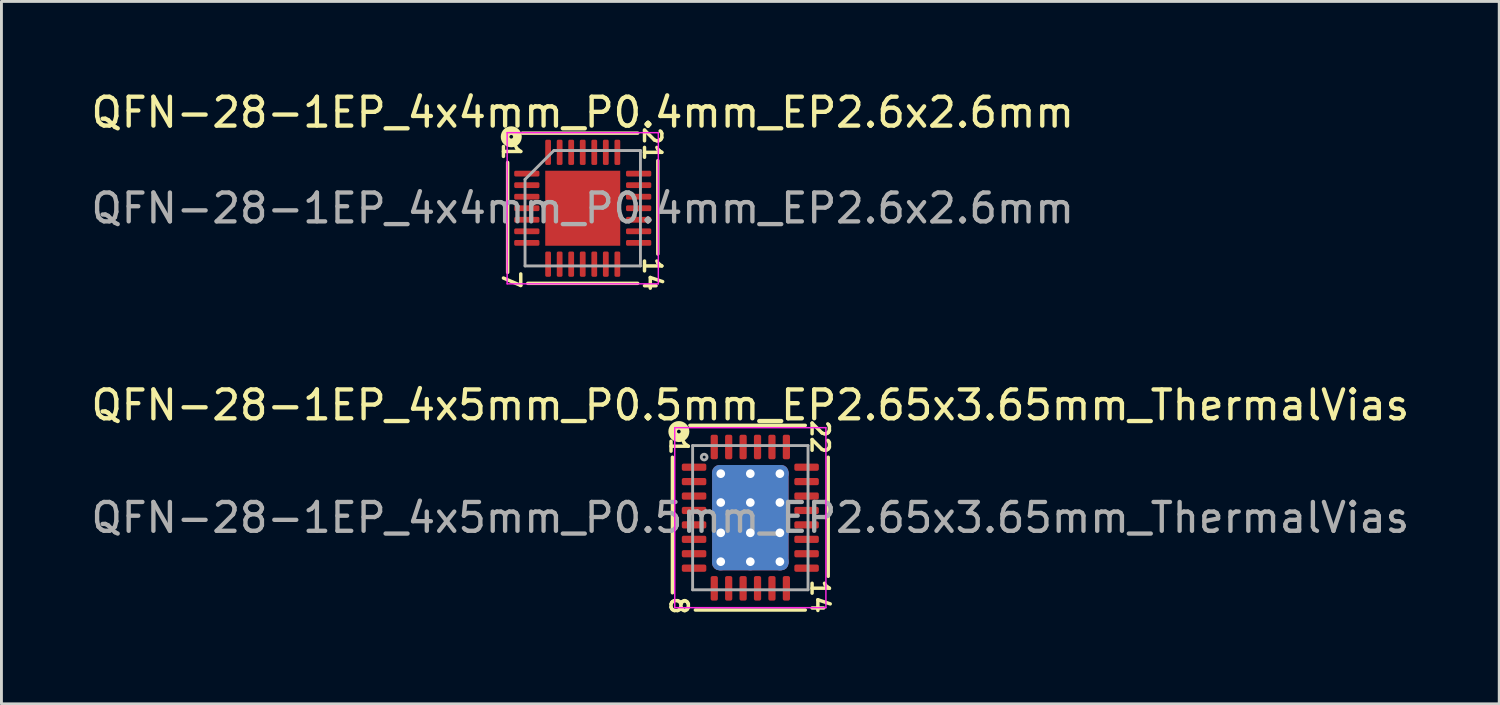
<source format=kicad_pcb>
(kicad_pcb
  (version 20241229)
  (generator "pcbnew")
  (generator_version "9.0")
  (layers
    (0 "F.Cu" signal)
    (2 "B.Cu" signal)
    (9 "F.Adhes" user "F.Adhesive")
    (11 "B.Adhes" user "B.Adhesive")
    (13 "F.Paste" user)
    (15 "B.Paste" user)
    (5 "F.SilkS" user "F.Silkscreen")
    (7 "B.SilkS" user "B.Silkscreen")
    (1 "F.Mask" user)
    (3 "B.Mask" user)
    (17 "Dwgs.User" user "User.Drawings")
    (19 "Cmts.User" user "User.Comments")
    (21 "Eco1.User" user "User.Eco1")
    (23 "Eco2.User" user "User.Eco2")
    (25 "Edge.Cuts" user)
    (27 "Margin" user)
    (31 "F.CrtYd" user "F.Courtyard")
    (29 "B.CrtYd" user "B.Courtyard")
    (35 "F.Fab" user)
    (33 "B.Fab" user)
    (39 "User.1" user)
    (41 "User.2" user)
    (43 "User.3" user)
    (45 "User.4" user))
  (footprint "QFN-28-1EP_4x5mm_P0.5mm_EP2.65x3.65mm_ThermalVias"
    (layer "F.Cu")
    (at 22.958 14.894)
    (property "Reference" "QFN-28-1EP_4x5mm_P0.5mm_EP2.65x3.65mm_ThermalVias" (at 0 -3.9 0) (layer "F.SilkS") (effects (font (size 1 1) (thickness 0.15))))
    (attr smd)
    (fp_line (start -2.7 -2.095) (end -2.7 2.603) (stroke (width 0.12) (type solid)) (layer "F.SilkS"))
    (fp_line (start -1.905 3.2) (end 1.905 3.2) (stroke (width 0.12) (type solid)) (layer "F.SilkS"))
    (fp_line (start 1.905 -3.2) (end -2.095 -3.2) (stroke (width 0.12) (type solid)) (layer "F.SilkS"))
    (fp_line (start 2.7 2.032) (end 2.7 -2.095) (stroke (width 0.12) (type solid)) (layer "F.SilkS"))
    (fp_circle (center -2.477 -2.985) (end -2.413 -2.985) (stroke (width 0.3) (type solid)) (fill no) (layer "F.SilkS"))
    (fp_line (start -2.62 -3.12) (end -2.62 3.12) (stroke (width 0.05) (type solid)) (layer "F.CrtYd"))
    (fp_line (start -2.62 3.12) (end 2.62 3.12) (stroke (width 0.05) (type solid)) (layer "F.CrtYd"))
    (fp_line (start 2.62 -3.12) (end -2.62 -3.12) (stroke (width 0.05) (type solid)) (layer "F.CrtYd"))
    (fp_line (start 2.62 3.12) (end 2.62 -3.12) (stroke (width 0.05) (type solid)) (layer "F.CrtYd"))
    (fp_line (start -2 -2.5) (end 2 -2.5) (stroke (width 0.1) (type solid)) (layer "F.Fab"))
    (fp_line (start -2 2.5) (end -2 -2.5) (stroke (width 0.1) (type solid)) (layer "F.Fab"))
    (fp_line (start 2 -2.5) (end 2 2.5) (stroke (width 0.1) (type solid)) (layer "F.Fab"))
    (fp_line (start 2 2.5) (end -2 2.5) (stroke (width 0.1) (type solid)) (layer "F.Fab"))
    (fp_circle (center -1.6 -2.1) (end -1.5 -2.1) (stroke (width 0.1) (type solid)) (fill no) (layer "F.Fab"))
    (fp_text user "1" (at -2.477 -2.477 270) (unlocked yes) (layer "F.SilkS") (effects (font (size 0.6 0.6) (thickness 0.12))))
    (fp_text user "8" (at -2.477 3.048 270) (unlocked yes) (layer "F.SilkS") (effects (font (size 0.6 0.6) (thickness 0.12))))
    (fp_text user "22" (at 2.413 -2.794 270) (unlocked yes) (layer "F.SilkS") (effects (font (size 0.6 0.6) (thickness 0.12))))
    (fp_text user "14" (at 2.413 2.731 270) (unlocked yes) (layer "F.SilkS") (effects (font (size 0.6 0.6) (thickness 0.12))))
    (fp_text user "${REFERENCE}" (at 0 0 0) (layer "F.Fab") (effects (font (size 1 1) (thickness 0.15))))
    (pad "" smd roundrect (at -0.66 -1.22) (size 1.07 0.98) (layers "F.Paste") (roundrect_rratio 0.25))
    (pad "" smd roundrect (at -0.66 0) (size 1.07 0.98) (layers "F.Paste") (roundrect_rratio 0.25))
    (pad "" smd roundrect (at -0.66 1.22) (size 1.07 0.98) (layers "F.Paste") (roundrect_rratio 0.25))
    (pad "" smd roundrect (at 0.66 -1.22) (size 1.07 0.98) (layers "F.Paste") (roundrect_rratio 0.25))
    (pad "" smd roundrect (at 0.66 0) (size 1.07 0.98) (layers "F.Paste") (roundrect_rratio 0.25))
    (pad "" smd roundrect (at 0.66 1.22) (size 1.07 0.98) (layers "F.Paste") (roundrect_rratio 0.25))
    (pad "1" smd roundrect (at -1.95 -1.75) (size 0.85 0.25) (layers "F.Cu" "F.Mask" "F.Paste") (roundrect_rratio 0.25))
    (pad "2" smd roundrect (at -1.95 -1.25) (size 0.85 0.25) (layers "F.Cu" "F.Mask" "F.Paste") (roundrect_rratio 0.25))
    (pad "3" smd roundrect (at -1.95 -0.75) (size 0.85 0.25) (layers "F.Cu" "F.Mask" "F.Paste") (roundrect_rratio 0.25))
    (pad "4" smd roundrect (at -1.95 -0.25) (size 0.85 0.25) (layers "F.Cu" "F.Mask" "F.Paste") (roundrect_rratio 0.25))
    (pad "5" smd roundrect (at -1.95 0.25) (size 0.85 0.25) (layers "F.Cu" "F.Mask" "F.Paste") (roundrect_rratio 0.25))
    (pad "6" smd roundrect (at -1.95 0.75) (size 0.85 0.25) (layers "F.Cu" "F.Mask" "F.Paste") (roundrect_rratio 0.25))
    (pad "7" smd roundrect (at -1.95 1.25) (size 0.85 0.25) (layers "F.Cu" "F.Mask" "F.Paste") (roundrect_rratio 0.25))
    (pad "8" smd roundrect (at -1.95 1.75) (size 0.85 0.25) (layers "F.Cu" "F.Mask" "F.Paste") (roundrect_rratio 0.25))
    (pad "9" smd roundrect (at -1.25 2.45) (size 0.25 0.85) (layers "F.Cu" "F.Mask" "F.Paste") (roundrect_rratio 0.25))
    (pad "10" smd roundrect (at -0.75 2.45) (size 0.25 0.85) (layers "F.Cu" "F.Mask" "F.Paste") (roundrect_rratio 0.25))
    (pad "11" smd roundrect (at -0.25 2.45) (size 0.25 0.85) (layers "F.Cu" "F.Mask" "F.Paste") (roundrect_rratio 0.25))
    (pad "12" smd roundrect (at 0.25 2.45) (size 0.25 0.85) (layers "F.Cu" "F.Mask" "F.Paste") (roundrect_rratio 0.25))
    (pad "13" smd roundrect (at 0.75 2.45) (size 0.25 0.85) (layers "F.Cu" "F.Mask" "F.Paste") (roundrect_rratio 0.25))
    (pad "14" smd roundrect (at 1.25 2.45) (size 0.25 0.85) (layers "F.Cu" "F.Mask" "F.Paste") (roundrect_rratio 0.25))
    (pad "15" smd roundrect (at 1.95 1.75) (size 0.85 0.25) (layers "F.Cu" "F.Mask" "F.Paste") (roundrect_rratio 0.25))
    (pad "16" smd roundrect (at 1.95 1.25) (size 0.85 0.25) (layers "F.Cu" "F.Mask" "F.Paste") (roundrect_rratio 0.25))
    (pad "17" smd roundrect (at 1.95 0.75) (size 0.85 0.25) (layers "F.Cu" "F.Mask" "F.Paste") (roundrect_rratio 0.25))
    (pad "18" smd roundrect (at 1.95 0.25) (size 0.85 0.25) (layers "F.Cu" "F.Mask" "F.Paste") (roundrect_rratio 0.25))
    (pad "19" smd roundrect (at 1.95 -0.25) (size 0.85 0.25) (layers "F.Cu" "F.Mask" "F.Paste") (roundrect_rratio 0.25))
    (pad "20" smd roundrect (at 1.95 -0.75) (size 0.85 0.25) (layers "F.Cu" "F.Mask" "F.Paste") (roundrect_rratio 0.25))
    (pad "21" smd roundrect (at 1.95 -1.25) (size 0.85 0.25) (layers "F.Cu" "F.Mask" "F.Paste") (roundrect_rratio 0.25))
    (pad "22" smd roundrect (at 1.95 -1.75) (size 0.85 0.25) (layers "F.Cu" "F.Mask" "F.Paste") (roundrect_rratio 0.25))
    (pad "23" smd roundrect (at 1.25 -2.45) (size 0.25 0.85) (layers "F.Cu" "F.Mask" "F.Paste") (roundrect_rratio 0.25))
    (pad "24" smd roundrect (at 0.75 -2.45) (size 0.25 0.85) (layers "F.Cu" "F.Mask" "F.Paste") (roundrect_rratio 0.25))
    (pad "25" smd roundrect (at 0.25 -2.45) (size 0.25 0.85) (layers "F.Cu" "F.Mask" "F.Paste") (roundrect_rratio 0.25))
    (pad "26" smd roundrect (at -0.25 -2.45) (size 0.25 0.85) (layers "F.Cu" "F.Mask" "F.Paste") (roundrect_rratio 0.25))
    (pad "27" smd roundrect (at -0.75 -2.45) (size 0.25 0.85) (layers "F.Cu" "F.Mask" "F.Paste") (roundrect_rratio 0.25))
    (pad "28" smd roundrect (at -1.25 -2.45) (size 0.25 0.85) (layers "F.Cu" "F.Mask" "F.Paste") (roundrect_rratio 0.25))
    (pad "29" thru_hole circle (at -1.025 -1.525) (size 0.6 0.6) (drill 0.3) (property pad_prop_heatsink) (layers "*.Cu"))
    (pad "29" thru_hole circle (at -1.025 -0.525) (size 0.6 0.6) (drill 0.3) (property pad_prop_heatsink) (layers "*.Cu"))
    (pad "29" thru_hole circle (at -1.025 0.525) (size 0.6 0.6) (drill 0.3) (property pad_prop_heatsink) (layers "*.Cu"))
    (pad "29" thru_hole circle (at -1.025 1.525) (size 0.6 0.6) (drill 0.3) (property pad_prop_heatsink) (layers "*.Cu"))
    (pad "29" thru_hole circle (at 0 -1.525) (size 0.6 0.6) (drill 0.3) (property pad_prop_heatsink) (layers "*.Cu"))
    (pad "29" thru_hole circle (at 0 -0.525) (size 0.6 0.6) (drill 0.3) (property pad_prop_heatsink) (layers "*.Cu"))
    (pad "29" smd roundrect (at 0 0) (size 2.65 3.65) (layers "F.Cu" "F.Mask") (roundrect_rratio 0.094))
    (pad "29" smd roundrect (at 0 0) (size 2.65 3.65) (layers "B.Cu" "B.Mask") (roundrect_rratio 0.094))
    (pad "29" thru_hole circle (at 0 0.525) (size 0.6 0.6) (drill 0.3) (property pad_prop_heatsink) (layers "*.Cu"))
    (pad "29" thru_hole circle (at 0 1.525) (size 0.6 0.6) (drill 0.3) (property pad_prop_heatsink) (layers "*.Cu"))
    (pad "29" thru_hole circle (at 1.025 -1.525) (size 0.6 0.6) (drill 0.3) (property pad_prop_heatsink) (layers "*.Cu"))
    (pad "29" thru_hole circle (at 1.025 -0.525) (size 0.6 0.6) (drill 0.3) (property pad_prop_heatsink) (layers "*.Cu"))
    (pad "29" thru_hole circle (at 1.025 0.525) (size 0.6 0.6) (drill 0.3) (property pad_prop_heatsink) (layers "*.Cu"))
    (pad "29" thru_hole circle (at 1.025 1.525) (size 0.6 0.6) (drill 0.3) (property pad_prop_heatsink) (layers "*.Cu")))
  (footprint "QFN-28-1EP_4x4mm_P0.4mm_EP2.6x2.6mm"
    (layer "F.Cu")
    (at 17.149 4.168)
    (property "Reference" "QFN-28-1EP_4x4mm_P0.4mm_EP2.6x2.6mm" (at 0 -3.32 0) (layer "F.SilkS") (effects (font (size 1 1) (thickness 0.15))))
    (attr smd)
    (fp_line (start -2.603 -1.587) (end -2.603 2.223) (stroke (width 0.12) (type solid)) (layer "F.SilkS"))
    (fp_line (start -1.905 2.603) (end 1.905 2.603) (stroke (width 0.12) (type solid)) (layer "F.SilkS"))
    (fp_line (start 1.905 -2.603) (end -2.095 -2.603) (stroke (width 0.12) (type solid)) (layer "F.SilkS"))
    (fp_line (start 2.603 1.587) (end 2.603 -1.651) (stroke (width 0.12) (type solid)) (layer "F.SilkS"))
    (fp_circle (center -2.477 -2.477) (end -2.413 -2.477) (stroke (width 0.3) (type solid)) (fill no) (layer "F.SilkS"))
    (fp_line (start -2.62 -2.62) (end -2.62 2.62) (stroke (width 0.05) (type solid)) (layer "F.CrtYd"))
    (fp_line (start -2.62 2.62) (end 2.62 2.62) (stroke (width 0.05) (type solid)) (layer "F.CrtYd"))
    (fp_line (start 2.62 -2.62) (end -2.62 -2.62) (stroke (width 0.05) (type solid)) (layer "F.CrtYd"))
    (fp_line (start 2.62 2.62) (end 2.62 -2.62) (stroke (width 0.05) (type solid)) (layer "F.CrtYd"))
    (fp_line (start -2 -1) (end -1 -2) (stroke (width 0.1) (type solid)) (layer "F.Fab"))
    (fp_line (start -2 2) (end -2 -1) (stroke (width 0.1) (type solid)) (layer "F.Fab"))
    (fp_line (start -1 -2) (end 2 -2) (stroke (width 0.1) (type solid)) (layer "F.Fab"))
    (fp_line (start 2 -2) (end 2 2) (stroke (width 0.1) (type solid)) (layer "F.Fab"))
    (fp_line (start 2 2) (end -2 2) (stroke (width 0.1) (type solid)) (layer "F.Fab"))
    (fp_text user "1" (at -2.477 -1.968 270) (unlocked yes) (layer "F.SilkS") (effects (font (size 0.6 0.6) (thickness 0.12))))
    (fp_text user "14" (at 2.413 2.286 270) (unlocked yes) (layer "F.SilkS") (effects (font (size 0.6 0.6) (thickness 0.12))))
    (fp_text user "21" (at 2.413 -2.223 270) (unlocked yes) (layer "F.SilkS") (effects (font (size 0.6 0.6) (thickness 0.12))))
    (fp_text user "7" (at -2.477 2.477 270) (unlocked yes) (layer "F.SilkS") (effects (font (size 0.6 0.6) (thickness 0.12))))
    (fp_text user "${REFERENCE}" (at 0 0 0) (layer "F.Fab") (effects (font (size 1 1) (thickness 0.15))))
    (pad "" smd roundrect (at -0.65 -0.65) (size 1.05 1.05) (layers "F.Paste") (roundrect_rratio 0.238))
    (pad "" smd roundrect (at -0.65 0.65) (size 1.05 1.05) (layers "F.Paste") (roundrect_rratio 0.238))
    (pad "" smd roundrect (at 0.65 -0.65) (size 1.05 1.05) (layers "F.Paste") (roundrect_rratio 0.238))
    (pad "" smd roundrect (at 0.65 0.65) (size 1.05 1.05) (layers "F.Paste") (roundrect_rratio 0.238))
    (pad "1" smd roundrect (at -1.938 -1.2) (size 0.875 0.2) (layers "F.Cu" "F.Mask" "F.Paste") (roundrect_rratio 0.25))
    (pad "2" smd roundrect (at -1.938 -0.8) (size 0.875 0.2) (layers "F.Cu" "F.Mask" "F.Paste") (roundrect_rratio 0.25))
    (pad "3" smd roundrect (at -1.938 -0.4) (size 0.875 0.2) (layers "F.Cu" "F.Mask" "F.Paste") (roundrect_rratio 0.25))
    (pad "4" smd roundrect (at -1.938 0) (size 0.875 0.2) (layers "F.Cu" "F.Mask" "F.Paste") (roundrect_rratio 0.25))
    (pad "5" smd roundrect (at -1.938 0.4) (size 0.875 0.2) (layers "F.Cu" "F.Mask" "F.Paste") (roundrect_rratio 0.25))
    (pad "6" smd roundrect (at -1.938 0.8) (size 0.875 0.2) (layers "F.Cu" "F.Mask" "F.Paste") (roundrect_rratio 0.25))
    (pad "7" smd roundrect (at -1.938 1.2) (size 0.875 0.2) (layers "F.Cu" "F.Mask" "F.Paste") (roundrect_rratio 0.25))
    (pad "8" smd roundrect (at -1.2 1.938) (size 0.2 0.875) (layers "F.Cu" "F.Mask" "F.Paste") (roundrect_rratio 0.25))
    (pad "9" smd roundrect (at -0.8 1.938) (size 0.2 0.875) (layers "F.Cu" "F.Mask" "F.Paste") (roundrect_rratio 0.25))
    (pad "10" smd roundrect (at -0.4 1.938) (size 0.2 0.875) (layers "F.Cu" "F.Mask" "F.Paste") (roundrect_rratio 0.25))
    (pad "11" smd roundrect (at 0 1.938) (size 0.2 0.875) (layers "F.Cu" "F.Mask" "F.Paste") (roundrect_rratio 0.25))
    (pad "12" smd roundrect (at 0.4 1.938) (size 0.2 0.875) (layers "F.Cu" "F.Mask" "F.Paste") (roundrect_rratio 0.25))
    (pad "13" smd roundrect (at 0.8 1.938) (size 0.2 0.875) (layers "F.Cu" "F.Mask" "F.Paste") (roundrect_rratio 0.25))
    (pad "14" smd roundrect (at 1.2 1.938) (size 0.2 0.875) (layers "F.Cu" "F.Mask" "F.Paste") (roundrect_rratio 0.25))
    (pad "15" smd roundrect (at 1.938 1.2) (size 0.875 0.2) (layers "F.Cu" "F.Mask" "F.Paste") (roundrect_rratio 0.25))
    (pad "16" smd roundrect (at 1.938 0.8) (size 0.875 0.2) (layers "F.Cu" "F.Mask" "F.Paste") (roundrect_rratio 0.25))
    (pad "17" smd roundrect (at 1.938 0.4) (size 0.875 0.2) (layers "F.Cu" "F.Mask" "F.Paste") (roundrect_rratio 0.25))
    (pad "18" smd roundrect (at 1.938 0) (size 0.875 0.2) (layers "F.Cu" "F.Mask" "F.Paste") (roundrect_rratio 0.25))
    (pad "19" smd roundrect (at 1.938 -0.4) (size 0.875 0.2) (layers "F.Cu" "F.Mask" "F.Paste") (roundrect_rratio 0.25))
    (pad "20" smd roundrect (at 1.938 -0.8) (size 0.875 0.2) (layers "F.Cu" "F.Mask" "F.Paste") (roundrect_rratio 0.25))
    (pad "21" smd roundrect (at 1.938 -1.2) (size 0.875 0.2) (layers "F.Cu" "F.Mask" "F.Paste") (roundrect_rratio 0.25))
    (pad "22" smd roundrect (at 1.2 -1.938) (size 0.2 0.875) (layers "F.Cu" "F.Mask" "F.Paste") (roundrect_rratio 0.25))
    (pad "23" smd roundrect (at 0.8 -1.938) (size 0.2 0.875) (layers "F.Cu" "F.Mask" "F.Paste") (roundrect_rratio 0.25))
    (pad "24" smd roundrect (at 0.4 -1.938) (size 0.2 0.875) (layers "F.Cu" "F.Mask" "F.Paste") (roundrect_rratio 0.25))
    (pad "25" smd roundrect (at 0 -1.938) (size 0.2 0.875) (layers "F.Cu" "F.Mask" "F.Paste") (roundrect_rratio 0.25))
    (pad "26" smd roundrect (at -0.4 -1.938) (size 0.2 0.875) (layers "F.Cu" "F.Mask" "F.Paste") (roundrect_rratio 0.25))
    (pad "27" smd roundrect (at -0.8 -1.938) (size 0.2 0.875) (layers "F.Cu" "F.Mask" "F.Paste") (roundrect_rratio 0.25))
    (pad "28" smd roundrect (at -1.2 -1.938) (size 0.2 0.875) (layers "F.Cu" "F.Mask" "F.Paste") (roundrect_rratio 0.25))
    (pad "29" smd rect (at 0 0) (size 2.6 2.6) (layers "F.Cu" "F.Mask")))
  (gr_rect
    (start -3 -3)
    (end 48.917 21.348)
    (stroke (width 0.1) (type default))
    (fill no)
    (layer "Edge.Cuts")))
</source>
